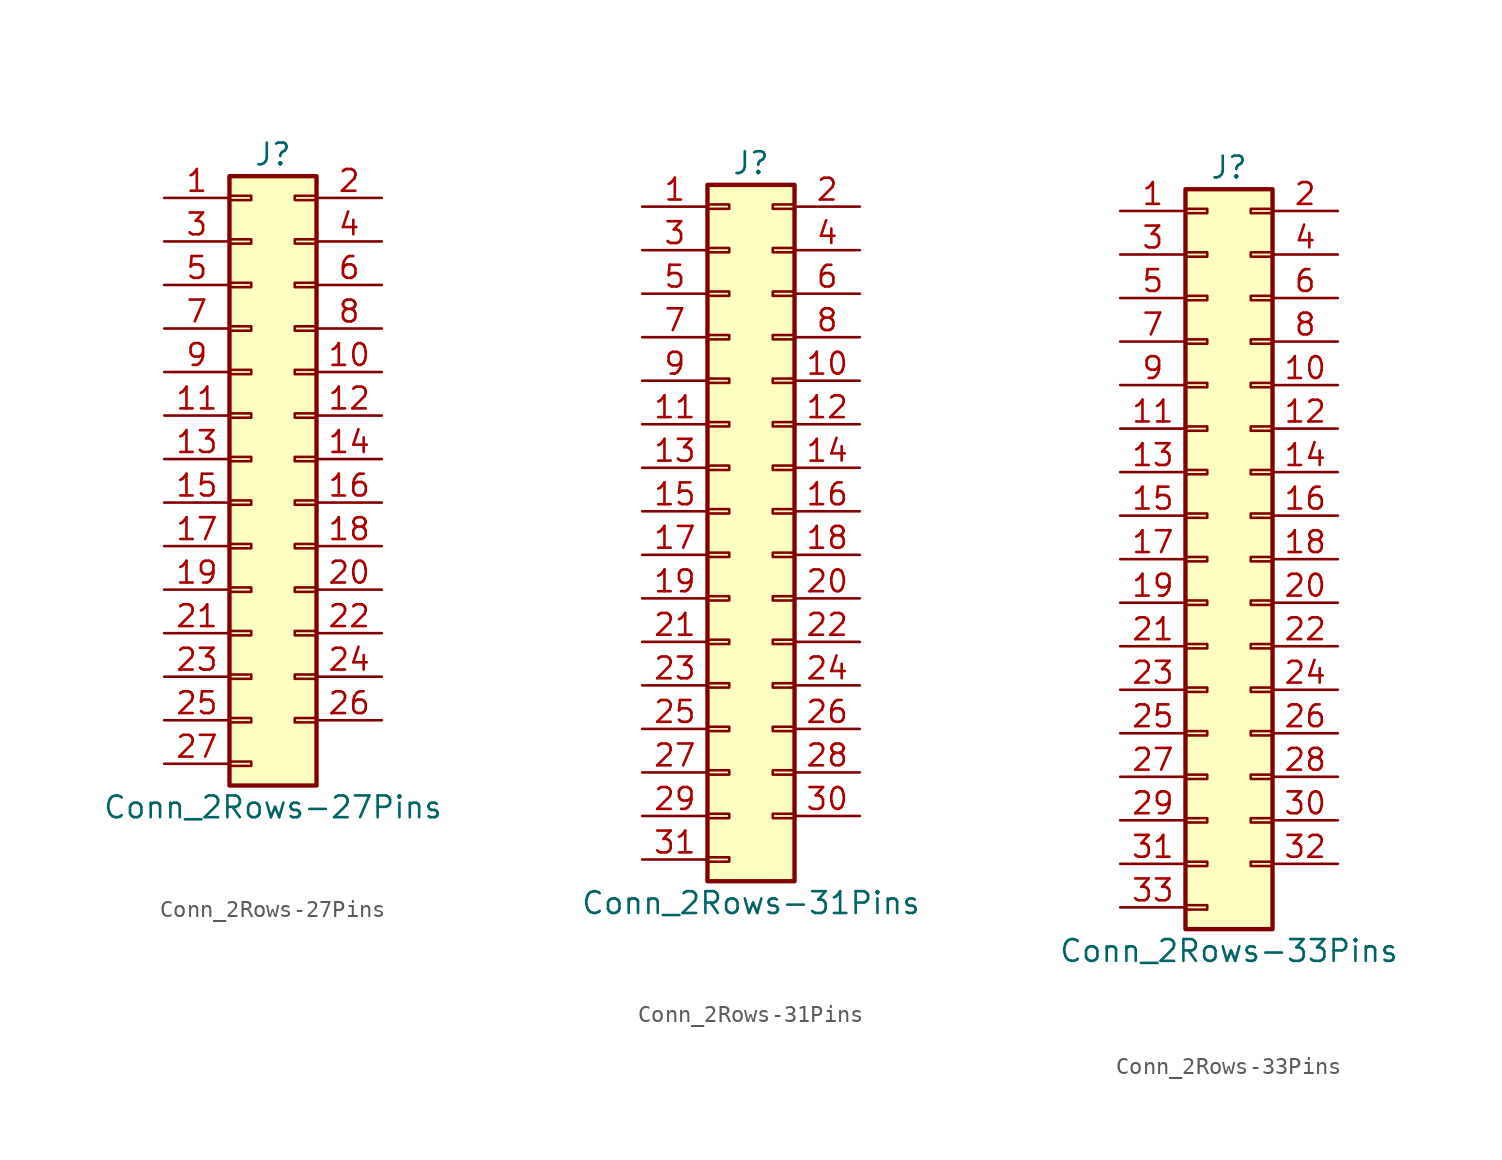
<source format=kicad_sym>
(kicad_symbol_lib
  (version 20201005)
  (generator kicad_symbol_editor)
  (symbol "Conn_2Rows-27Pins"
    (pin_names
      (offset 1.016) hide)
    (property "Reference" "J"
      (at 1.27 17.78 0)
      (effects (font (size 1.27 1.27))))
    (property "Value" "Conn_2Rows-27Pins"
      (at 1.27 -20.32 0)
      (effects (font (size 1.27 1.27))))
    (symbol "Conn_2Rows-27Pins_1_1"
      (rectangle (start -1.27 -17.653) (end 0 -17.907) (stroke (width 0.152)) (fill (type none)))
      (rectangle (start -1.27 -15.113) (end 0 -15.367) (stroke (width 0.152)) (fill (type none)))
      (rectangle (start -1.27 -12.573) (end 0 -12.827) (stroke (width 0.152)) (fill (type none)))
      (rectangle (start -1.27 -10.033) (end 0 -10.287) (stroke (width 0.152)) (fill (type none)))
      (rectangle (start -1.27 -7.493) (end 0 -7.747) (stroke (width 0.152)) (fill (type none)))
      (rectangle (start -1.27 -4.953) (end 0 -5.207) (stroke (width 0.152)) (fill (type none)))
      (rectangle (start -1.27 -2.413) (end 0 -2.667) (stroke (width 0.152)) (fill (type none)))
      (rectangle (start -1.27 0.127) (end 0 -0.127) (stroke (width 0.152)) (fill (type none)))
      (rectangle (start -1.27 2.667) (end 0 2.413) (stroke (width 0.152)) (fill (type none)))
      (rectangle (start -1.27 5.207) (end 0 4.953) (stroke (width 0.152)) (fill (type none)))
      (rectangle (start -1.27 7.747) (end 0 7.493) (stroke (width 0.152)) (fill (type none)))
      (rectangle (start -1.27 10.287) (end 0 10.033) (stroke (width 0.152)) (fill (type none)))
      (rectangle (start -1.27 12.827) (end 0 12.573) (stroke (width 0.152)) (fill (type none)))
      (rectangle (start -1.27 15.367) (end 0 15.113) (stroke (width 0.152)) (fill (type none)))
      (rectangle (start -1.27 16.51) (end 3.81 -19.05) (stroke (width 0.254)) (fill (type background)))
      (rectangle (start 3.81 -15.113) (end 2.54 -15.367) (stroke (width 0.152)) (fill (type none)))
      (rectangle (start 3.81 -12.573) (end 2.54 -12.827) (stroke (width 0.152)) (fill (type none)))
      (rectangle (start 3.81 -10.033) (end 2.54 -10.287) (stroke (width 0.152)) (fill (type none)))
      (rectangle (start 3.81 -7.493) (end 2.54 -7.747) (stroke (width 0.152)) (fill (type none)))
      (rectangle (start 3.81 -4.953) (end 2.54 -5.207) (stroke (width 0.152)) (fill (type none)))
      (rectangle (start 3.81 -2.413) (end 2.54 -2.667) (stroke (width 0.152)) (fill (type none)))
      (rectangle (start 3.81 0.127) (end 2.54 -0.127) (stroke (width 0.152)) (fill (type none)))
      (rectangle (start 3.81 2.667) (end 2.54 2.413) (stroke (width 0.152)) (fill (type none)))
      (rectangle (start 3.81 5.207) (end 2.54 4.953) (stroke (width 0.152)) (fill (type none)))
      (rectangle (start 3.81 7.747) (end 2.54 7.493) (stroke (width 0.152)) (fill (type none)))
      (rectangle (start 3.81 10.287) (end 2.54 10.033) (stroke (width 0.152)) (fill (type none)))
      (rectangle (start 3.81 12.827) (end 2.54 12.573) (stroke (width 0.152)) (fill (type none)))
      (rectangle (start 3.81 15.367) (end 2.54 15.113) (stroke (width 0.152)) (fill (type none)))
      (pin passive line (at -5.08 15.24 0) (length 3.81) (name "Pin_1" (effects (font (size 1.27 1.27)))) (number "1" (effects (font (size 1.27 1.27)))))
      (pin passive line (at 7.62 5.08 180) (length 3.81) (name "Pin_10" (effects (font (size 1.27 1.27)))) (number "10" (effects (font (size 1.27 1.27)))))
      (pin passive line (at -5.08 2.54 0) (length 3.81) (name "Pin_11" (effects (font (size 1.27 1.27)))) (number "11" (effects (font (size 1.27 1.27)))))
      (pin passive line (at 7.62 2.54 180) (length 3.81) (name "Pin_12" (effects (font (size 1.27 1.27)))) (number "12" (effects (font (size 1.27 1.27)))))
      (pin passive line (at -5.08 0 0) (length 3.81) (name "Pin_13" (effects (font (size 1.27 1.27)))) (number "13" (effects (font (size 1.27 1.27)))))
      (pin passive line (at 7.62 0 180) (length 3.81) (name "Pin_14" (effects (font (size 1.27 1.27)))) (number "14" (effects (font (size 1.27 1.27)))))
      (pin passive line (at -5.08 -2.54 0) (length 3.81) (name "Pin_15" (effects (font (size 1.27 1.27)))) (number "15" (effects (font (size 1.27 1.27)))))
      (pin passive line (at 7.62 -2.54 180) (length 3.81) (name "Pin_16" (effects (font (size 1.27 1.27)))) (number "16" (effects (font (size 1.27 1.27)))))
      (pin passive line (at -5.08 -5.08 0) (length 3.81) (name "Pin_17" (effects (font (size 1.27 1.27)))) (number "17" (effects (font (size 1.27 1.27)))))
      (pin passive line (at 7.62 -5.08 180) (length 3.81) (name "Pin_18" (effects (font (size 1.27 1.27)))) (number "18" (effects (font (size 1.27 1.27)))))
      (pin passive line (at -5.08 -7.62 0) (length 3.81) (name "Pin_19" (effects (font (size 1.27 1.27)))) (number "19" (effects (font (size 1.27 1.27)))))
      (pin passive line (at 7.62 15.24 180) (length 3.81) (name "Pin_2" (effects (font (size 1.27 1.27)))) (number "2" (effects (font (size 1.27 1.27)))))
      (pin passive line (at 7.62 -7.62 180) (length 3.81) (name "Pin_20" (effects (font (size 1.27 1.27)))) (number "20" (effects (font (size 1.27 1.27)))))
      (pin passive line (at -5.08 -10.16 0) (length 3.81) (name "Pin_21" (effects (font (size 1.27 1.27)))) (number "21" (effects (font (size 1.27 1.27)))))
      (pin passive line (at 7.62 -10.16 180) (length 3.81) (name "Pin_22" (effects (font (size 1.27 1.27)))) (number "22" (effects (font (size 1.27 1.27)))))
      (pin passive line (at -5.08 -12.7 0) (length 3.81) (name "Pin_23" (effects (font (size 1.27 1.27)))) (number "23" (effects (font (size 1.27 1.27)))))
      (pin passive line (at 7.62 -12.7 180) (length 3.81) (name "Pin_24" (effects (font (size 1.27 1.27)))) (number "24" (effects (font (size 1.27 1.27)))))
      (pin passive line (at -5.08 -15.24 0) (length 3.81) (name "Pin_25" (effects (font (size 1.27 1.27)))) (number "25" (effects (font (size 1.27 1.27)))))
      (pin passive line (at 7.62 -15.24 180) (length 3.81) (name "Pin_26" (effects (font (size 1.27 1.27)))) (number "26" (effects (font (size 1.27 1.27)))))
      (pin passive line (at -5.08 -17.78 0) (length 3.81) (name "Pin_27" (effects (font (size 1.27 1.27)))) (number "27" (effects (font (size 1.27 1.27)))))
      (pin passive line (at -5.08 12.7 0) (length 3.81) (name "Pin_3" (effects (font (size 1.27 1.27)))) (number "3" (effects (font (size 1.27 1.27)))))
      (pin passive line (at 7.62 12.7 180) (length 3.81) (name "Pin_4" (effects (font (size 1.27 1.27)))) (number "4" (effects (font (size 1.27 1.27)))))
      (pin passive line (at -5.08 10.16 0) (length 3.81) (name "Pin_5" (effects (font (size 1.27 1.27)))) (number "5" (effects (font (size 1.27 1.27)))))
      (pin passive line (at 7.62 10.16 180) (length 3.81) (name "Pin_6" (effects (font (size 1.27 1.27)))) (number "6" (effects (font (size 1.27 1.27)))))
      (pin passive line (at -5.08 7.62 0) (length 3.81) (name "Pin_7" (effects (font (size 1.27 1.27)))) (number "7" (effects (font (size 1.27 1.27)))))
      (pin passive line (at 7.62 7.62 180) (length 3.81) (name "Pin_8" (effects (font (size 1.27 1.27)))) (number "8" (effects (font (size 1.27 1.27)))))
      (pin passive line (at -5.08 5.08 0) (length 3.81) (name "Pin_9" (effects (font (size 1.27 1.27)))) (number "9" (effects (font (size 1.27 1.27)))))))
  (symbol "Conn_2Rows-31Pins"
    (pin_names
      (offset 1.016) hide)
    (property "Reference" "J"
      (at 1.27 20.32 0)
      (effects (font (size 1.27 1.27))))
    (property "Value" "Conn_2Rows-31Pins"
      (at 1.27 -22.86 0)
      (effects (font (size 1.27 1.27))))
    (symbol "Conn_2Rows-31Pins_1_1"
      (rectangle (start -1.27 -20.193) (end 0 -20.447) (stroke (width 0.152)) (fill (type none)))
      (rectangle (start -1.27 -17.653) (end 0 -17.907) (stroke (width 0.152)) (fill (type none)))
      (rectangle (start -1.27 -15.113) (end 0 -15.367) (stroke (width 0.152)) (fill (type none)))
      (rectangle (start -1.27 -12.573) (end 0 -12.827) (stroke (width 0.152)) (fill (type none)))
      (rectangle (start -1.27 -10.033) (end 0 -10.287) (stroke (width 0.152)) (fill (type none)))
      (rectangle (start -1.27 -7.493) (end 0 -7.747) (stroke (width 0.152)) (fill (type none)))
      (rectangle (start -1.27 -4.953) (end 0 -5.207) (stroke (width 0.152)) (fill (type none)))
      (rectangle (start -1.27 -2.413) (end 0 -2.667) (stroke (width 0.152)) (fill (type none)))
      (rectangle (start -1.27 0.127) (end 0 -0.127) (stroke (width 0.152)) (fill (type none)))
      (rectangle (start -1.27 2.667) (end 0 2.413) (stroke (width 0.152)) (fill (type none)))
      (rectangle (start -1.27 5.207) (end 0 4.953) (stroke (width 0.152)) (fill (type none)))
      (rectangle (start -1.27 7.747) (end 0 7.493) (stroke (width 0.152)) (fill (type none)))
      (rectangle (start -1.27 10.287) (end 0 10.033) (stroke (width 0.152)) (fill (type none)))
      (rectangle (start -1.27 12.827) (end 0 12.573) (stroke (width 0.152)) (fill (type none)))
      (rectangle (start -1.27 15.367) (end 0 15.113) (stroke (width 0.152)) (fill (type none)))
      (rectangle (start -1.27 17.907) (end 0 17.653) (stroke (width 0.152)) (fill (type none)))
      (rectangle (start -1.27 19.05) (end 3.81 -21.59) (stroke (width 0.254)) (fill (type background)))
      (rectangle (start 3.81 -17.653) (end 2.54 -17.907) (stroke (width 0.152)) (fill (type none)))
      (rectangle (start 3.81 -15.113) (end 2.54 -15.367) (stroke (width 0.152)) (fill (type none)))
      (rectangle (start 3.81 -12.573) (end 2.54 -12.827) (stroke (width 0.152)) (fill (type none)))
      (rectangle (start 3.81 -10.033) (end 2.54 -10.287) (stroke (width 0.152)) (fill (type none)))
      (rectangle (start 3.81 -7.493) (end 2.54 -7.747) (stroke (width 0.152)) (fill (type none)))
      (rectangle (start 3.81 -4.953) (end 2.54 -5.207) (stroke (width 0.152)) (fill (type none)))
      (rectangle (start 3.81 -2.413) (end 2.54 -2.667) (stroke (width 0.152)) (fill (type none)))
      (rectangle (start 3.81 0.127) (end 2.54 -0.127) (stroke (width 0.152)) (fill (type none)))
      (rectangle (start 3.81 2.667) (end 2.54 2.413) (stroke (width 0.152)) (fill (type none)))
      (rectangle (start 3.81 5.207) (end 2.54 4.953) (stroke (width 0.152)) (fill (type none)))
      (rectangle (start 3.81 7.747) (end 2.54 7.493) (stroke (width 0.152)) (fill (type none)))
      (rectangle (start 3.81 10.287) (end 2.54 10.033) (stroke (width 0.152)) (fill (type none)))
      (rectangle (start 3.81 12.827) (end 2.54 12.573) (stroke (width 0.152)) (fill (type none)))
      (rectangle (start 3.81 15.367) (end 2.54 15.113) (stroke (width 0.152)) (fill (type none)))
      (rectangle (start 3.81 17.907) (end 2.54 17.653) (stroke (width 0.152)) (fill (type none)))
      (pin passive line (at -5.08 17.78 0) (length 3.81) (name "Pin_1" (effects (font (size 1.27 1.27)))) (number "1" (effects (font (size 1.27 1.27)))))
      (pin passive line (at 7.62 7.62 180) (length 3.81) (name "Pin_10" (effects (font (size 1.27 1.27)))) (number "10" (effects (font (size 1.27 1.27)))))
      (pin passive line (at -5.08 5.08 0) (length 3.81) (name "Pin_11" (effects (font (size 1.27 1.27)))) (number "11" (effects (font (size 1.27 1.27)))))
      (pin passive line (at 7.62 5.08 180) (length 3.81) (name "Pin_12" (effects (font (size 1.27 1.27)))) (number "12" (effects (font (size 1.27 1.27)))))
      (pin passive line (at -5.08 2.54 0) (length 3.81) (name "Pin_13" (effects (font (size 1.27 1.27)))) (number "13" (effects (font (size 1.27 1.27)))))
      (pin passive line (at 7.62 2.54 180) (length 3.81) (name "Pin_14" (effects (font (size 1.27 1.27)))) (number "14" (effects (font (size 1.27 1.27)))))
      (pin passive line (at -5.08 0 0) (length 3.81) (name "Pin_15" (effects (font (size 1.27 1.27)))) (number "15" (effects (font (size 1.27 1.27)))))
      (pin passive line (at 7.62 0 180) (length 3.81) (name "Pin_16" (effects (font (size 1.27 1.27)))) (number "16" (effects (font (size 1.27 1.27)))))
      (pin passive line (at -5.08 -2.54 0) (length 3.81) (name "Pin_17" (effects (font (size 1.27 1.27)))) (number "17" (effects (font (size 1.27 1.27)))))
      (pin passive line (at 7.62 -2.54 180) (length 3.81) (name "Pin_18" (effects (font (size 1.27 1.27)))) (number "18" (effects (font (size 1.27 1.27)))))
      (pin passive line (at -5.08 -5.08 0) (length 3.81) (name "Pin_19" (effects (font (size 1.27 1.27)))) (number "19" (effects (font (size 1.27 1.27)))))
      (pin passive line (at 7.62 17.78 180) (length 3.81) (name "Pin_2" (effects (font (size 1.27 1.27)))) (number "2" (effects (font (size 1.27 1.27)))))
      (pin passive line (at 7.62 -5.08 180) (length 3.81) (name "Pin_20" (effects (font (size 1.27 1.27)))) (number "20" (effects (font (size 1.27 1.27)))))
      (pin passive line (at -5.08 -7.62 0) (length 3.81) (name "Pin_21" (effects (font (size 1.27 1.27)))) (number "21" (effects (font (size 1.27 1.27)))))
      (pin passive line (at 7.62 -7.62 180) (length 3.81) (name "Pin_22" (effects (font (size 1.27 1.27)))) (number "22" (effects (font (size 1.27 1.27)))))
      (pin passive line (at -5.08 -10.16 0) (length 3.81) (name "Pin_23" (effects (font (size 1.27 1.27)))) (number "23" (effects (font (size 1.27 1.27)))))
      (pin passive line (at 7.62 -10.16 180) (length 3.81) (name "Pin_24" (effects (font (size 1.27 1.27)))) (number "24" (effects (font (size 1.27 1.27)))))
      (pin passive line (at -5.08 -12.7 0) (length 3.81) (name "Pin_25" (effects (font (size 1.27 1.27)))) (number "25" (effects (font (size 1.27 1.27)))))
      (pin passive line (at 7.62 -12.7 180) (length 3.81) (name "Pin_26" (effects (font (size 1.27 1.27)))) (number "26" (effects (font (size 1.27 1.27)))))
      (pin passive line (at -5.08 -15.24 0) (length 3.81) (name "Pin_27" (effects (font (size 1.27 1.27)))) (number "27" (effects (font (size 1.27 1.27)))))
      (pin passive line (at 7.62 -15.24 180) (length 3.81) (name "Pin_28" (effects (font (size 1.27 1.27)))) (number "28" (effects (font (size 1.27 1.27)))))
      (pin passive line (at -5.08 -17.78 0) (length 3.81) (name "Pin_29" (effects (font (size 1.27 1.27)))) (number "29" (effects (font (size 1.27 1.27)))))
      (pin passive line (at -5.08 15.24 0) (length 3.81) (name "Pin_3" (effects (font (size 1.27 1.27)))) (number "3" (effects (font (size 1.27 1.27)))))
      (pin passive line (at 7.62 -17.78 180) (length 3.81) (name "Pin_30" (effects (font (size 1.27 1.27)))) (number "30" (effects (font (size 1.27 1.27)))))
      (pin passive line (at -5.08 -20.32 0) (length 3.81) (name "Pin_31" (effects (font (size 1.27 1.27)))) (number "31" (effects (font (size 1.27 1.27)))))
      (pin passive line (at 7.62 15.24 180) (length 3.81) (name "Pin_4" (effects (font (size 1.27 1.27)))) (number "4" (effects (font (size 1.27 1.27)))))
      (pin passive line (at -5.08 12.7 0) (length 3.81) (name "Pin_5" (effects (font (size 1.27 1.27)))) (number "5" (effects (font (size 1.27 1.27)))))
      (pin passive line (at 7.62 12.7 180) (length 3.81) (name "Pin_6" (effects (font (size 1.27 1.27)))) (number "6" (effects (font (size 1.27 1.27)))))
      (pin passive line (at -5.08 10.16 0) (length 3.81) (name "Pin_7" (effects (font (size 1.27 1.27)))) (number "7" (effects (font (size 1.27 1.27)))))
      (pin passive line (at 7.62 10.16 180) (length 3.81) (name "Pin_8" (effects (font (size 1.27 1.27)))) (number "8" (effects (font (size 1.27 1.27)))))
      (pin passive line (at -5.08 7.62 0) (length 3.81) (name "Pin_9" (effects (font (size 1.27 1.27)))) (number "9" (effects (font (size 1.27 1.27)))))))
  (symbol "Conn_2Rows-33Pins"
    (pin_names
      (offset 1.016) hide)
    (property "Reference" "J"
      (at 1.27 22.86 0)
      (effects (font (size 1.27 1.27))))
    (property "Value" "Conn_2Rows-33Pins"
      (at 1.27 -22.86 0)
      (effects (font (size 1.27 1.27))))
    (symbol "Conn_2Rows-33Pins_1_1"
      (rectangle (start -1.27 -20.193) (end 0 -20.447) (stroke (width 0.152)) (fill (type none)))
      (rectangle (start -1.27 -17.653) (end 0 -17.907) (stroke (width 0.152)) (fill (type none)))
      (rectangle (start -1.27 -15.113) (end 0 -15.367) (stroke (width 0.152)) (fill (type none)))
      (rectangle (start -1.27 -12.573) (end 0 -12.827) (stroke (width 0.152)) (fill (type none)))
      (rectangle (start -1.27 -10.033) (end 0 -10.287) (stroke (width 0.152)) (fill (type none)))
      (rectangle (start -1.27 -7.493) (end 0 -7.747) (stroke (width 0.152)) (fill (type none)))
      (rectangle (start -1.27 -4.953) (end 0 -5.207) (stroke (width 0.152)) (fill (type none)))
      (rectangle (start -1.27 -2.413) (end 0 -2.667) (stroke (width 0.152)) (fill (type none)))
      (rectangle (start -1.27 0.127) (end 0 -0.127) (stroke (width 0.152)) (fill (type none)))
      (rectangle (start -1.27 2.667) (end 0 2.413) (stroke (width 0.152)) (fill (type none)))
      (rectangle (start -1.27 5.207) (end 0 4.953) (stroke (width 0.152)) (fill (type none)))
      (rectangle (start -1.27 7.747) (end 0 7.493) (stroke (width 0.152)) (fill (type none)))
      (rectangle (start -1.27 10.287) (end 0 10.033) (stroke (width 0.152)) (fill (type none)))
      (rectangle (start -1.27 12.827) (end 0 12.573) (stroke (width 0.152)) (fill (type none)))
      (rectangle (start -1.27 15.367) (end 0 15.113) (stroke (width 0.152)) (fill (type none)))
      (rectangle (start -1.27 17.907) (end 0 17.653) (stroke (width 0.152)) (fill (type none)))
      (rectangle (start -1.27 20.447) (end 0 20.193) (stroke (width 0.152)) (fill (type none)))
      (rectangle (start -1.27 21.59) (end 3.81 -21.59) (stroke (width 0.254)) (fill (type background)))
      (rectangle (start 3.81 -17.653) (end 2.54 -17.907) (stroke (width 0.152)) (fill (type none)))
      (rectangle (start 3.81 -15.113) (end 2.54 -15.367) (stroke (width 0.152)) (fill (type none)))
      (rectangle (start 3.81 -12.573) (end 2.54 -12.827) (stroke (width 0.152)) (fill (type none)))
      (rectangle (start 3.81 -10.033) (end 2.54 -10.287) (stroke (width 0.152)) (fill (type none)))
      (rectangle (start 3.81 -7.493) (end 2.54 -7.747) (stroke (width 0.152)) (fill (type none)))
      (rectangle (start 3.81 -4.953) (end 2.54 -5.207) (stroke (width 0.152)) (fill (type none)))
      (rectangle (start 3.81 -2.413) (end 2.54 -2.667) (stroke (width 0.152)) (fill (type none)))
      (rectangle (start 3.81 0.127) (end 2.54 -0.127) (stroke (width 0.152)) (fill (type none)))
      (rectangle (start 3.81 2.667) (end 2.54 2.413) (stroke (width 0.152)) (fill (type none)))
      (rectangle (start 3.81 5.207) (end 2.54 4.953) (stroke (width 0.152)) (fill (type none)))
      (rectangle (start 3.81 7.747) (end 2.54 7.493) (stroke (width 0.152)) (fill (type none)))
      (rectangle (start 3.81 10.287) (end 2.54 10.033) (stroke (width 0.152)) (fill (type none)))
      (rectangle (start 3.81 12.827) (end 2.54 12.573) (stroke (width 0.152)) (fill (type none)))
      (rectangle (start 3.81 15.367) (end 2.54 15.113) (stroke (width 0.152)) (fill (type none)))
      (rectangle (start 3.81 17.907) (end 2.54 17.653) (stroke (width 0.152)) (fill (type none)))
      (rectangle (start 3.81 20.447) (end 2.54 20.193) (stroke (width 0.152)) (fill (type none)))
      (pin passive line (at -5.08 20.32 0) (length 3.81) (name "Pin_1" (effects (font (size 1.27 1.27)))) (number "1" (effects (font (size 1.27 1.27)))))
      (pin passive line (at 7.62 10.16 180) (length 3.81) (name "Pin_10" (effects (font (size 1.27 1.27)))) (number "10" (effects (font (size 1.27 1.27)))))
      (pin passive line (at -5.08 7.62 0) (length 3.81) (name "Pin_11" (effects (font (size 1.27 1.27)))) (number "11" (effects (font (size 1.27 1.27)))))
      (pin passive line (at 7.62 7.62 180) (length 3.81) (name "Pin_12" (effects (font (size 1.27 1.27)))) (number "12" (effects (font (size 1.27 1.27)))))
      (pin passive line (at -5.08 5.08 0) (length 3.81) (name "Pin_13" (effects (font (size 1.27 1.27)))) (number "13" (effects (font (size 1.27 1.27)))))
      (pin passive line (at 7.62 5.08 180) (length 3.81) (name "Pin_14" (effects (font (size 1.27 1.27)))) (number "14" (effects (font (size 1.27 1.27)))))
      (pin passive line (at -5.08 2.54 0) (length 3.81) (name "Pin_15" (effects (font (size 1.27 1.27)))) (number "15" (effects (font (size 1.27 1.27)))))
      (pin passive line (at 7.62 2.54 180) (length 3.81) (name "Pin_16" (effects (font (size 1.27 1.27)))) (number "16" (effects (font (size 1.27 1.27)))))
      (pin passive line (at -5.08 0 0) (length 3.81) (name "Pin_17" (effects (font (size 1.27 1.27)))) (number "17" (effects (font (size 1.27 1.27)))))
      (pin passive line (at 7.62 0 180) (length 3.81) (name "Pin_18" (effects (font (size 1.27 1.27)))) (number "18" (effects (font (size 1.27 1.27)))))
      (pin passive line (at -5.08 -2.54 0) (length 3.81) (name "Pin_19" (effects (font (size 1.27 1.27)))) (number "19" (effects (font (size 1.27 1.27)))))
      (pin passive line (at 7.62 20.32 180) (length 3.81) (name "Pin_2" (effects (font (size 1.27 1.27)))) (number "2" (effects (font (size 1.27 1.27)))))
      (pin passive line (at 7.62 -2.54 180) (length 3.81) (name "Pin_20" (effects (font (size 1.27 1.27)))) (number "20" (effects (font (size 1.27 1.27)))))
      (pin passive line (at -5.08 -5.08 0) (length 3.81) (name "Pin_21" (effects (font (size 1.27 1.27)))) (number "21" (effects (font (size 1.27 1.27)))))
      (pin passive line (at 7.62 -5.08 180) (length 3.81) (name "Pin_22" (effects (font (size 1.27 1.27)))) (number "22" (effects (font (size 1.27 1.27)))))
      (pin passive line (at -5.08 -7.62 0) (length 3.81) (name "Pin_23" (effects (font (size 1.27 1.27)))) (number "23" (effects (font (size 1.27 1.27)))))
      (pin passive line (at 7.62 -7.62 180) (length 3.81) (name "Pin_24" (effects (font (size 1.27 1.27)))) (number "24" (effects (font (size 1.27 1.27)))))
      (pin passive line (at -5.08 -10.16 0) (length 3.81) (name "Pin_25" (effects (font (size 1.27 1.27)))) (number "25" (effects (font (size 1.27 1.27)))))
      (pin passive line (at 7.62 -10.16 180) (length 3.81) (name "Pin_26" (effects (font (size 1.27 1.27)))) (number "26" (effects (font (size 1.27 1.27)))))
      (pin passive line (at -5.08 -12.7 0) (length 3.81) (name "Pin_27" (effects (font (size 1.27 1.27)))) (number "27" (effects (font (size 1.27 1.27)))))
      (pin passive line (at 7.62 -12.7 180) (length 3.81) (name "Pin_28" (effects (font (size 1.27 1.27)))) (number "28" (effects (font (size 1.27 1.27)))))
      (pin passive line (at -5.08 -15.24 0) (length 3.81) (name "Pin_29" (effects (font (size 1.27 1.27)))) (number "29" (effects (font (size 1.27 1.27)))))
      (pin passive line (at -5.08 17.78 0) (length 3.81) (name "Pin_3" (effects (font (size 1.27 1.27)))) (number "3" (effects (font (size 1.27 1.27)))))
      (pin passive line (at 7.62 -15.24 180) (length 3.81) (name "Pin_30" (effects (font (size 1.27 1.27)))) (number "30" (effects (font (size 1.27 1.27)))))
      (pin passive line (at -5.08 -17.78 0) (length 3.81) (name "Pin_31" (effects (font (size 1.27 1.27)))) (number "31" (effects (font (size 1.27 1.27)))))
      (pin passive line (at 7.62 -17.78 180) (length 3.81) (name "Pin_32" (effects (font (size 1.27 1.27)))) (number "32" (effects (font (size 1.27 1.27)))))
      (pin passive line (at -5.08 -20.32 0) (length 3.81) (name "Pin_33" (effects (font (size 1.27 1.27)))) (number "33" (effects (font (size 1.27 1.27)))))
      (pin passive line (at 7.62 17.78 180) (length 3.81) (name "Pin_4" (effects (font (size 1.27 1.27)))) (number "4" (effects (font (size 1.27 1.27)))))
      (pin passive line (at -5.08 15.24 0) (length 3.81) (name "Pin_5" (effects (font (size 1.27 1.27)))) (number "5" (effects (font (size 1.27 1.27)))))
      (pin passive line (at 7.62 15.24 180) (length 3.81) (name "Pin_6" (effects (font (size 1.27 1.27)))) (number "6" (effects (font (size 1.27 1.27)))))
      (pin passive line (at -5.08 12.7 0) (length 3.81) (name "Pin_7" (effects (font (size 1.27 1.27)))) (number "7" (effects (font (size 1.27 1.27)))))
      (pin passive line (at 7.62 12.7 180) (length 3.81) (name "Pin_8" (effects (font (size 1.27 1.27)))) (number "8" (effects (font (size 1.27 1.27)))))
      (pin passive line (at -5.08 10.16 0) (length 3.81) (name "Pin_9" (effects (font (size 1.27 1.27)))) (number "9" (effects (font (size 1.27 1.27))))))))
</source>
